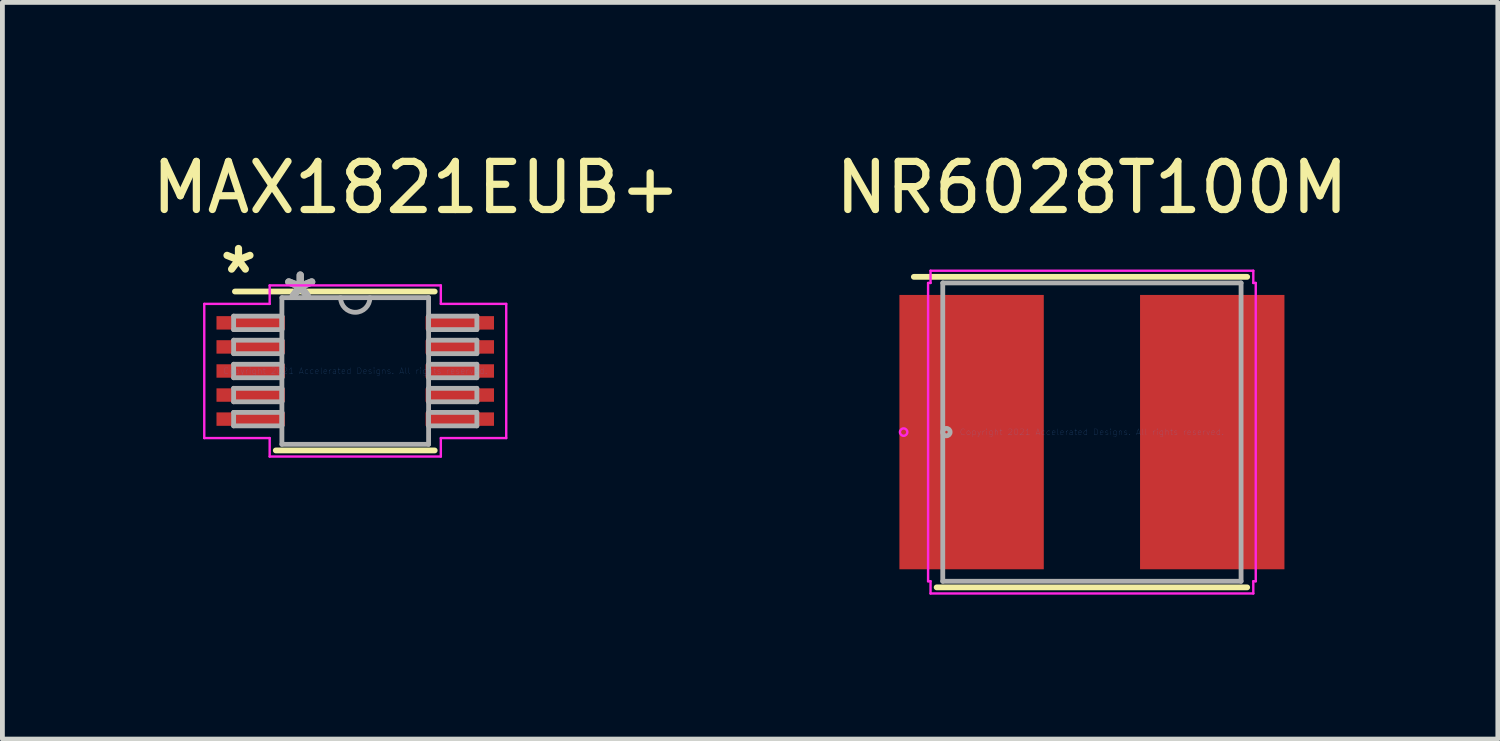
<source format=kicad_pcb>
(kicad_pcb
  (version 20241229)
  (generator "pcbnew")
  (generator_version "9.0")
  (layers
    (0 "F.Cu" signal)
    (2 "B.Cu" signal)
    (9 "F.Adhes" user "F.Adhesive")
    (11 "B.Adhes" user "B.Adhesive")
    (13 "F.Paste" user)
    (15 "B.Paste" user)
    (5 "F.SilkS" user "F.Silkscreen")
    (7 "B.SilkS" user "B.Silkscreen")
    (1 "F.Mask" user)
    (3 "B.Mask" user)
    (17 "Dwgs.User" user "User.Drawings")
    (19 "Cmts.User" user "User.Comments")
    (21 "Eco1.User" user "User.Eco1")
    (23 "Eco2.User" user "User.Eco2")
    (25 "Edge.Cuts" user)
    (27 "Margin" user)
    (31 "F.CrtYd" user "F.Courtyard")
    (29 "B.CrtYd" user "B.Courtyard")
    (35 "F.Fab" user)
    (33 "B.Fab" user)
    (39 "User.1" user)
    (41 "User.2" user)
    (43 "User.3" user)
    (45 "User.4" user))
  (footprint "NR6028T100M"
    (layer "F.Cu")
    (at 19.637 5.928)
    (property "Reference" "NR6028T100M" (at 0 -5.08 0) (layer "F.SilkS") (effects (font (size 1 1) (thickness 0.15))))
    (attr through_hole)
    (fp_line (start -3.226 3.226) (end 3.226 3.226) (stroke (width 0.12) (type solid)) (layer "F.SilkS"))
    (fp_line (start 3.226 -3.226) (end -3.7 -3.226) (stroke (width 0.12) (type solid)) (layer "F.SilkS"))
    (fp_line (start -3.404 -3.099) (end -3.353 -3.099) (stroke (width 0.05) (type solid)) (layer "F.CrtYd"))
    (fp_line (start -3.404 3.099) (end -3.404 -3.099) (stroke (width 0.05) (type solid)) (layer "F.CrtYd"))
    (fp_line (start -3.353 -3.353) (end 3.353 -3.353) (stroke (width 0.05) (type solid)) (layer "F.CrtYd"))
    (fp_line (start -3.353 -3.099) (end -3.353 -3.353) (stroke (width 0.05) (type solid)) (layer "F.CrtYd"))
    (fp_line (start -3.353 3.099) (end -3.404 3.099) (stroke (width 0.05) (type solid)) (layer "F.CrtYd"))
    (fp_line (start -3.353 3.353) (end -3.353 3.099) (stroke (width 0.05) (type solid)) (layer "F.CrtYd"))
    (fp_line (start 3.353 -3.353) (end 3.353 -3.099) (stroke (width 0.05) (type solid)) (layer "F.CrtYd"))
    (fp_line (start 3.353 -3.099) (end 3.404 -3.099) (stroke (width 0.05) (type solid)) (layer "F.CrtYd"))
    (fp_line (start 3.353 3.099) (end 3.353 3.353) (stroke (width 0.05) (type solid)) (layer "F.CrtYd"))
    (fp_line (start 3.353 3.353) (end -3.353 3.353) (stroke (width 0.05) (type solid)) (layer "F.CrtYd"))
    (fp_line (start 3.404 -3.099) (end 3.404 3.099) (stroke (width 0.05) (type solid)) (layer "F.CrtYd"))
    (fp_line (start 3.404 3.099) (end 3.353 3.099) (stroke (width 0.05) (type solid)) (layer "F.CrtYd"))
    (fp_circle (center -3.912 0) (end -3.835 0) (stroke (width 0.05) (type solid)) (fill no) (layer "F.CrtYd"))
    (fp_line (start -3.099 -3.099) (end -3.099 3.099) (stroke (width 0.1) (type solid)) (layer "F.Fab"))
    (fp_line (start -3.099 3.099) (end 3.099 3.099) (stroke (width 0.1) (type solid)) (layer "F.Fab"))
    (fp_line (start 3.099 -3.099) (end -3.099 -3.099) (stroke (width 0.1) (type solid)) (layer "F.Fab"))
    (fp_line (start 3.099 3.099) (end 3.099 -3.099) (stroke (width 0.1) (type solid)) (layer "F.Fab"))
    (fp_circle (center -3.023 0) (end -2.946 0) (stroke (width 0.1) (type solid)) (fill no) (layer "F.Fab"))
    (fp_text user "Copyright 2021 Accelerated Designs. All rights reserved." (at 0 0 0) (layer "Cmts.User") (effects (font (size 0.127 0.127) (thickness 0.002))))
    (pad "1" smd rect (at -2.5 0) (size 3 5.7) (layers "F.Cu" "F.Mask" "F.Paste"))
    (pad "2" smd rect (at 2.5 0) (size 3 5.7) (layers "F.Cu" "F.Mask" "F.Paste")))
  (footprint "MAX1821EUB+"
    (layer "F.Cu")
    (at 4.331 4.658)
    (property "Reference" "MAX1821EUB+" (at 1.27 -3.81 0) (layer "F.SilkS") (effects (font (size 1 1) (thickness 0.15))))
    (attr through_hole)
    (fp_line (start -1.651 1.651) (end 1.651 1.651) (stroke (width 0.12) (type solid)) (layer "F.SilkS"))
    (fp_line (start 1.651 -1.651) (end -2.5 -1.651) (stroke (width 0.12) (type solid)) (layer "F.SilkS"))
    (fp_line (start -3.137 -1.394) (end -1.778 -1.394) (stroke (width 0.05) (type solid)) (layer "F.CrtYd"))
    (fp_line (start -3.137 1.394) (end -3.137 -1.394) (stroke (width 0.05) (type solid)) (layer "F.CrtYd"))
    (fp_line (start -1.778 -1.778) (end 1.778 -1.778) (stroke (width 0.05) (type solid)) (layer "F.CrtYd"))
    (fp_line (start -1.778 -1.394) (end -1.778 -1.778) (stroke (width 0.05) (type solid)) (layer "F.CrtYd"))
    (fp_line (start -1.778 1.394) (end -3.137 1.394) (stroke (width 0.05) (type solid)) (layer "F.CrtYd"))
    (fp_line (start -1.778 1.778) (end -1.778 1.394) (stroke (width 0.05) (type solid)) (layer "F.CrtYd"))
    (fp_line (start 1.778 -1.778) (end 1.778 -1.394) (stroke (width 0.05) (type solid)) (layer "F.CrtYd"))
    (fp_line (start 1.778 -1.394) (end 3.137 -1.394) (stroke (width 0.05) (type solid)) (layer "F.CrtYd"))
    (fp_line (start 1.778 1.394) (end 1.778 1.778) (stroke (width 0.05) (type solid)) (layer "F.CrtYd"))
    (fp_line (start 1.778 1.778) (end -1.778 1.778) (stroke (width 0.05) (type solid)) (layer "F.CrtYd"))
    (fp_line (start 3.137 -1.394) (end 3.137 1.394) (stroke (width 0.05) (type solid)) (layer "F.CrtYd"))
    (fp_line (start 3.137 1.394) (end 1.778 1.394) (stroke (width 0.05) (type solid)) (layer "F.CrtYd"))
    (fp_line (start -2.527 -1.14) (end -2.527 -0.86) (stroke (width 0.1) (type solid)) (layer "F.Fab"))
    (fp_line (start -2.527 -0.86) (end -1.524 -0.86) (stroke (width 0.1) (type solid)) (layer "F.Fab"))
    (fp_line (start -2.527 -0.64) (end -2.527 -0.36) (stroke (width 0.1) (type solid)) (layer "F.Fab"))
    (fp_line (start -2.527 -0.36) (end -1.524 -0.36) (stroke (width 0.1) (type solid)) (layer "F.Fab"))
    (fp_line (start -2.527 -0.14) (end -2.527 0.14) (stroke (width 0.1) (type solid)) (layer "F.Fab"))
    (fp_line (start -2.527 0.14) (end -1.524 0.14) (stroke (width 0.1) (type solid)) (layer "F.Fab"))
    (fp_line (start -2.527 0.36) (end -2.527 0.64) (stroke (width 0.1) (type solid)) (layer "F.Fab"))
    (fp_line (start -2.527 0.64) (end -1.524 0.64) (stroke (width 0.1) (type solid)) (layer "F.Fab"))
    (fp_line (start -2.527 0.86) (end -2.527 1.14) (stroke (width 0.1) (type solid)) (layer "F.Fab"))
    (fp_line (start -2.527 1.14) (end -1.524 1.14) (stroke (width 0.1) (type solid)) (layer "F.Fab"))
    (fp_line (start -1.524 -1.524) (end -1.524 1.524) (stroke (width 0.1) (type solid)) (layer "F.Fab"))
    (fp_line (start -1.524 -1.14) (end -2.527 -1.14) (stroke (width 0.1) (type solid)) (layer "F.Fab"))
    (fp_line (start -1.524 -0.86) (end -1.524 -1.14) (stroke (width 0.1) (type solid)) (layer "F.Fab"))
    (fp_line (start -1.524 -0.64) (end -2.527 -0.64) (stroke (width 0.1) (type solid)) (layer "F.Fab"))
    (fp_line (start -1.524 -0.36) (end -1.524 -0.64) (stroke (width 0.1) (type solid)) (layer "F.Fab"))
    (fp_line (start -1.524 -0.14) (end -2.527 -0.14) (stroke (width 0.1) (type solid)) (layer "F.Fab"))
    (fp_line (start -1.524 0.14) (end -1.524 -0.14) (stroke (width 0.1) (type solid)) (layer "F.Fab"))
    (fp_line (start -1.524 0.36) (end -2.527 0.36) (stroke (width 0.1) (type solid)) (layer "F.Fab"))
    (fp_line (start -1.524 0.64) (end -1.524 0.36) (stroke (width 0.1) (type solid)) (layer "F.Fab"))
    (fp_line (start -1.524 0.86) (end -2.527 0.86) (stroke (width 0.1) (type solid)) (layer "F.Fab"))
    (fp_line (start -1.524 1.14) (end -1.524 0.86) (stroke (width 0.1) (type solid)) (layer "F.Fab"))
    (fp_line (start -1.524 1.524) (end 1.524 1.524) (stroke (width 0.1) (type solid)) (layer "F.Fab"))
    (fp_line (start 1.524 -1.524) (end -1.524 -1.524) (stroke (width 0.1) (type solid)) (layer "F.Fab"))
    (fp_line (start 1.524 -1.14) (end 1.524 -0.86) (stroke (width 0.1) (type solid)) (layer "F.Fab"))
    (fp_line (start 1.524 -0.86) (end 2.527 -0.86) (stroke (width 0.1) (type solid)) (layer "F.Fab"))
    (fp_line (start 1.524 -0.64) (end 1.524 -0.36) (stroke (width 0.1) (type solid)) (layer "F.Fab"))
    (fp_line (start 1.524 -0.36) (end 2.527 -0.36) (stroke (width 0.1) (type solid)) (layer "F.Fab"))
    (fp_line (start 1.524 -0.14) (end 1.524 0.14) (stroke (width 0.1) (type solid)) (layer "F.Fab"))
    (fp_line (start 1.524 0.14) (end 2.527 0.14) (stroke (width 0.1) (type solid)) (layer "F.Fab"))
    (fp_line (start 1.524 0.36) (end 1.524 0.64) (stroke (width 0.1) (type solid)) (layer "F.Fab"))
    (fp_line (start 1.524 0.64) (end 2.527 0.64) (stroke (width 0.1) (type solid)) (layer "F.Fab"))
    (fp_line (start 1.524 0.86) (end 1.524 1.14) (stroke (width 0.1) (type solid)) (layer "F.Fab"))
    (fp_line (start 1.524 1.14) (end 2.527 1.14) (stroke (width 0.1) (type solid)) (layer "F.Fab"))
    (fp_line (start 1.524 1.524) (end 1.524 -1.524) (stroke (width 0.1) (type solid)) (layer "F.Fab"))
    (fp_line (start 2.527 -1.14) (end 1.524 -1.14) (stroke (width 0.1) (type solid)) (layer "F.Fab"))
    (fp_line (start 2.527 -0.86) (end 2.527 -1.14) (stroke (width 0.1) (type solid)) (layer "F.Fab"))
    (fp_line (start 2.527 -0.64) (end 1.524 -0.64) (stroke (width 0.1) (type solid)) (layer "F.Fab"))
    (fp_line (start 2.527 -0.36) (end 2.527 -0.64) (stroke (width 0.1) (type solid)) (layer "F.Fab"))
    (fp_line (start 2.527 -0.14) (end 1.524 -0.14) (stroke (width 0.1) (type solid)) (layer "F.Fab"))
    (fp_line (start 2.527 0.14) (end 2.527 -0.14) (stroke (width 0.1) (type solid)) (layer "F.Fab"))
    (fp_line (start 2.527 0.36) (end 1.524 0.36) (stroke (width 0.1) (type solid)) (layer "F.Fab"))
    (fp_line (start 2.527 0.64) (end 2.527 0.36) (stroke (width 0.1) (type solid)) (layer "F.Fab"))
    (fp_line (start 2.527 0.86) (end 1.524 0.86) (stroke (width 0.1) (type solid)) (layer "F.Fab"))
    (fp_line (start 2.527 1.14) (end 2.527 0.86) (stroke (width 0.1) (type solid)) (layer "F.Fab"))
    (fp_arc (start 0.3048 -1.524) (mid 0 -1.2192) (end -0.3048 -1.524) (stroke (width 0.1) (type solid)) (layer "F.Fab"))
    (fp_text user "*" (at -2.426 -2 0) (layer "F.SilkS") (effects (font (size 1 1) (thickness 0.15))))
    (fp_text user "Copyright 2021 Accelerated Designs. All rights reserved." (at 0 0 0) (layer "Cmts.User") (effects (font (size 0.127 0.127) (thickness 0.002))))
    (fp_text user "*" (at -1.143 -1.448 0) (layer "F.Fab") (effects (font (size 1 1) (thickness 0.15))))
    (fp_text user "*" (at -1.143 -1.448 0) (layer "F.Fab") (effects (font (size 1 1) (thickness 0.15))))
    (pad "1" smd rect (at -2.172 -1) (size 1.422 0.279) (layers "F.Cu" "F.Mask" "F.Paste"))
    (pad "2" smd rect (at -2.172 -0.5) (size 1.422 0.279) (layers "F.Cu" "F.Mask" "F.Paste"))
    (pad "3" smd rect (at -2.172 0) (size 1.422 0.279) (layers "F.Cu" "F.Mask" "F.Paste"))
    (pad "4" smd rect (at -2.172 0.5) (size 1.422 0.279) (layers "F.Cu" "F.Mask" "F.Paste"))
    (pad "5" smd rect (at -2.172 1) (size 1.422 0.279) (layers "F.Cu" "F.Mask" "F.Paste"))
    (pad "6" smd rect (at 2.172 1) (size 1.422 0.279) (layers "F.Cu" "F.Mask" "F.Paste"))
    (pad "7" smd rect (at 2.172 0.5) (size 1.422 0.279) (layers "F.Cu" "F.Mask" "F.Paste"))
    (pad "8" smd rect (at 2.172 0) (size 1.422 0.279) (layers "F.Cu" "F.Mask" "F.Paste"))
    (pad "9" smd rect (at 2.172 -0.5) (size 1.422 0.279) (layers "F.Cu" "F.Mask" "F.Paste"))
    (pad "10" smd rect (at 2.172 -1) (size 1.422 0.279) (layers "F.Cu" "F.Mask" "F.Paste")))
  (gr_rect
    (start -3 -3)
    (end 28.071 12.306)
    (stroke (width 0.1) (type default))
    (fill no)
    (layer "Edge.Cuts")))
</source>
